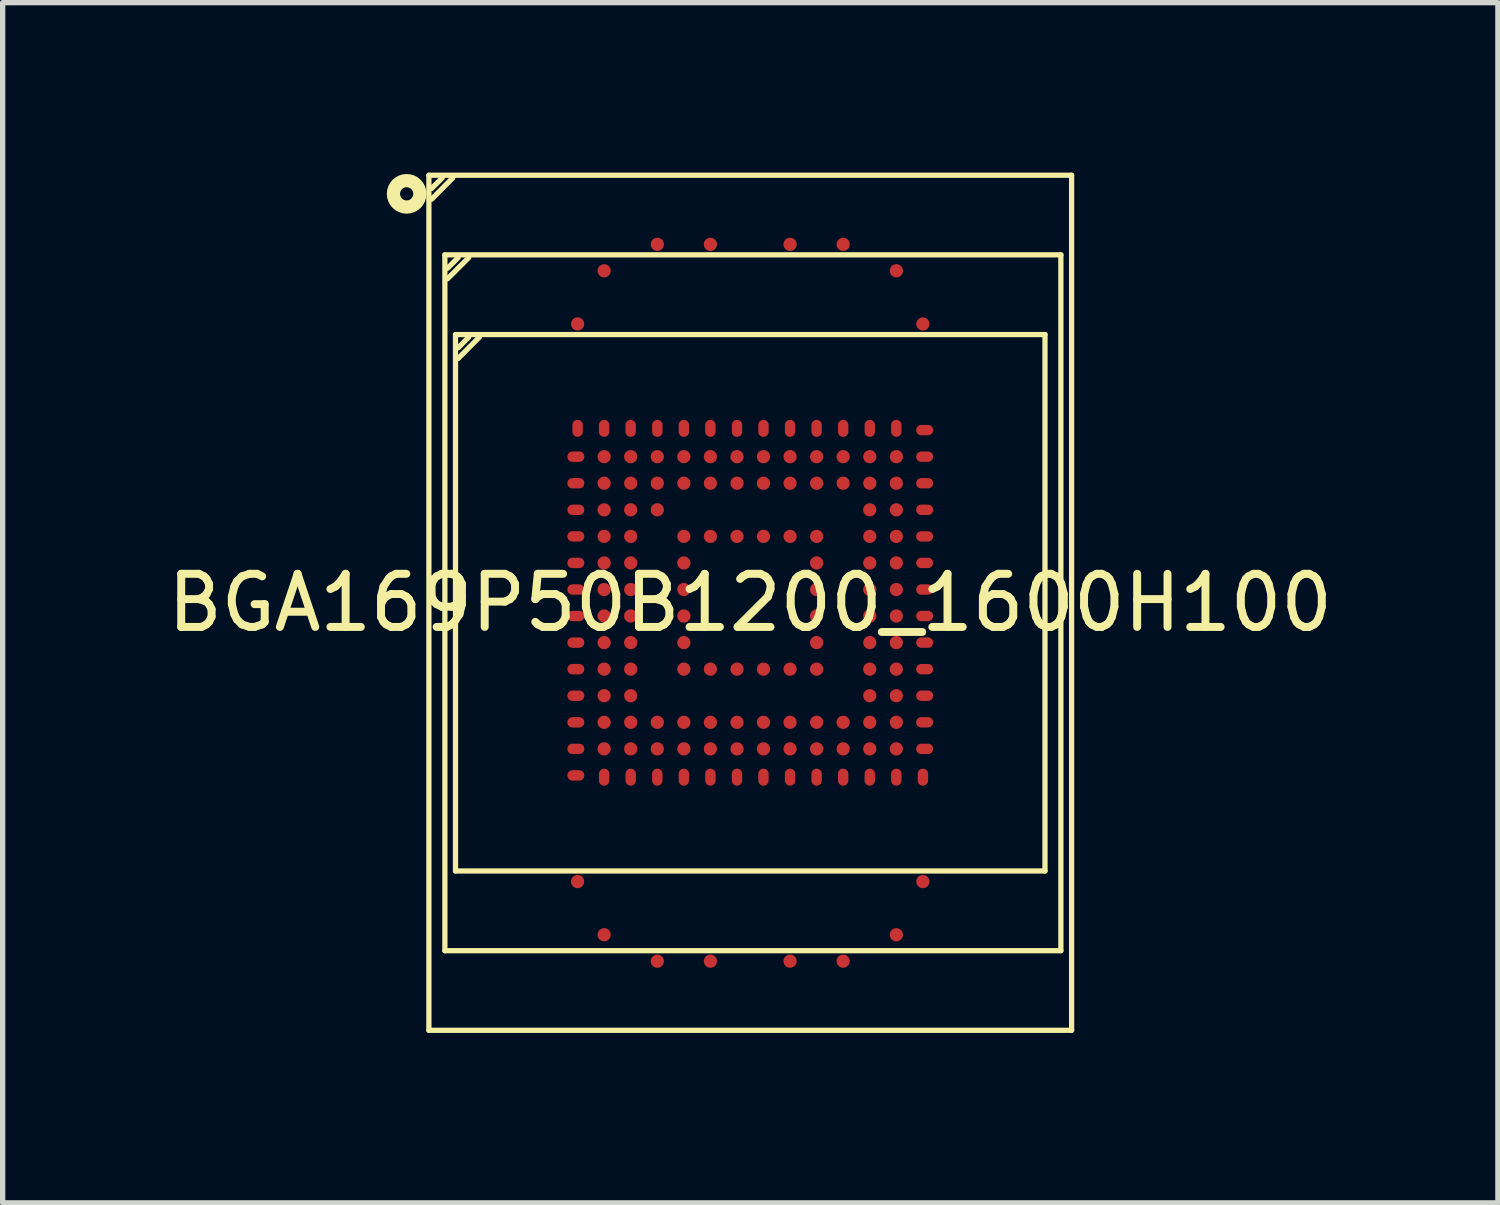
<source format=kicad_pcb>
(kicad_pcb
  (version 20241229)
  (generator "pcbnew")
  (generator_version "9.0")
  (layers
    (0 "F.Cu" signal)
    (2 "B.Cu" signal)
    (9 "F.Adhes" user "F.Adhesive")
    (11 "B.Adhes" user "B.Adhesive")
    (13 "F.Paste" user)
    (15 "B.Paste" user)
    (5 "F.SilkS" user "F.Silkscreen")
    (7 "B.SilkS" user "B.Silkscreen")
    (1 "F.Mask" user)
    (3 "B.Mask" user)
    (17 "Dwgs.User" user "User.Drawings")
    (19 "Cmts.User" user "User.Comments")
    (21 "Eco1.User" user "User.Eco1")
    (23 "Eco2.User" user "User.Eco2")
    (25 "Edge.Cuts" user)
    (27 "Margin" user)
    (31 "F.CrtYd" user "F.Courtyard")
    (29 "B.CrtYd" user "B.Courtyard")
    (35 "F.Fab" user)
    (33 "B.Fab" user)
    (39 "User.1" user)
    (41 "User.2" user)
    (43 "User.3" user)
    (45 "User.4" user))
  (footprint "BGA169P50B1200_1600H100"
    (layer "F.Cu")
    (at 11.077 8.3)
    (property "Reference" "BGA169P50B1200_1600H100" (at 0 0 0) (layer "F.SilkS") (effects (font (size 1 1) (thickness 0.15))))
    (fp_line (start -6.051 8.05) (end -6.051 -8.05) (stroke (width 0.099) (type default)) (layer "F.SilkS"))
    (fp_line (start -6 -7.801) (end -5.799 -8.001) (stroke (width 0.099) (type default)) (layer "F.SilkS"))
    (fp_line (start -6 -7.599) (end -5.601 -8.001) (stroke (width 0.099) (type default)) (layer "F.SilkS"))
    (fp_line (start -5.75 6.551) (end -5.75 -6.551) (stroke (width 0.099) (type default)) (layer "F.SilkS"))
    (fp_line (start -5.7 -6.299) (end -5.499 -6.5) (stroke (width 0.099) (type default)) (layer "F.SilkS"))
    (fp_line (start -5.7 -6.101) (end -5.301 -6.5) (stroke (width 0.099) (type default)) (layer "F.SilkS"))
    (fp_line (start -5.55 5.05) (end -5.55 -5.05) (stroke (width 0.099) (type default)) (layer "F.SilkS"))
    (fp_line (start -5.499 -4.801) (end -5.301 -5.002) (stroke (width 0.099) (type default)) (layer "F.SilkS"))
    (fp_line (start -5.499 -4.6) (end -5.101 -5.002) (stroke (width 0.099) (type default)) (layer "F.SilkS"))
    (fp_line (start 5.55 -5.05) (end -5.55 -5.05) (stroke (width 0.099) (type default)) (layer "F.SilkS"))
    (fp_line (start 5.55 5.05) (end -5.55 5.05) (stroke (width 0.099) (type default)) (layer "F.SilkS"))
    (fp_line (start 5.55 5.05) (end 5.55 -5.05) (stroke (width 0.099) (type default)) (layer "F.SilkS"))
    (fp_line (start 5.849 -6.551) (end -5.75 -6.551) (stroke (width 0.099) (type default)) (layer "F.SilkS"))
    (fp_line (start 5.849 6.551) (end -5.75 6.551) (stroke (width 0.099) (type default)) (layer "F.SilkS"))
    (fp_line (start 5.849 6.551) (end 5.849 -6.551) (stroke (width 0.099) (type default)) (layer "F.SilkS"))
    (fp_line (start 6.051 -8.05) (end -6.051 -8.05) (stroke (width 0.099) (type default)) (layer "F.SilkS"))
    (fp_line (start 6.051 8.05) (end -6.051 8.05) (stroke (width 0.099) (type default)) (layer "F.SilkS"))
    (fp_line (start 6.051 8.05) (end 6.051 -8.05) (stroke (width 0.099) (type default)) (layer "F.SilkS"))
    (fp_circle (center -6.47 -7.7) (end -6.221 -7.7) (stroke (width 0.249) (type default)) (fill no) (layer "F.SilkS"))
    (fp_line (start -6.251 8.25) (end -6.251 -8.25) (stroke (width 0.025) (type default)) (layer "User.1"))
    (fp_line (start 6.251 -8.25) (end -6.251 -8.25) (stroke (width 0.025) (type default)) (layer "User.1"))
    (fp_line (start 6.251 8.25) (end -6.251 8.25) (stroke (width 0.025) (type default)) (layer "User.1"))
    (fp_line (start 6.251 8.25) (end 6.251 -8.25) (stroke (width 0.025) (type default)) (layer "User.1"))
    (fp_poly (pts (xy -6.051 8.05) (xy -6.051 -8.05) (xy 6.051 -8.05) (xy 6.051 8.05)) (stroke (width 0.1) (type default)) (fill no) (layer "User.1"))
    (fp_poly (pts (xy -6.051 8.05) (xy -6.051 -8.05) (xy 6.051 -8.05) (xy 6.051 8.05)) (stroke (width 0.1) (type default)) (fill no) (layer "User.1"))
    (fp_poly (pts (xy -6.251 8.25) (xy -6.101 8.25) (xy -6.101 -8.1) (xy 6.101 -8.1) (xy 6.101 8.1) (xy -6.051 8.1) (xy -6.051 8.25) (xy 6.251 8.25) (xy 6.251 -8.25) (xy -6.251 -8.25)) (stroke (width 0.1) (type default)) (fill no) (layer "User.1"))
    (fp_poly (pts (xy -6.251 8.25) (xy -6.101 8.25) (xy -6.101 -8.1) (xy 6.101 -8.1) (xy 6.101 8.1) (xy -6.051 8.1) (xy -6.051 8.25) (xy 6.251 8.25) (xy 6.251 -8.25) (xy -6.251 -8.25)) (stroke (width 0.1) (type default)) (fill no) (layer "User.1"))
    (pad "A4" smd circle (at -1.75 -6.749 90) (size 0.249 0.249) (layers "F.Cu" "F.Mask" "F.Paste"))
    (pad "A6" smd circle (at -0.75 -6.749 90) (size 0.249 0.249) (layers "F.Cu" "F.Mask" "F.Paste"))
    (pad "A9" smd circle (at 0.75 -6.749 90) (size 0.249 0.249) (layers "F.Cu" "F.Mask" "F.Paste"))
    (pad "A11" smd circle (at 1.75 -6.749 90) (size 0.249 0.249) (layers "F.Cu" "F.Mask" "F.Paste"))
    (pad "AA1" smd oval (at -3.284 3.251 90) (size 0.196 0.32) (layers "F.Cu" "F.Mask" "F.Paste"))
    (pad "AA2" smd oval (at -2.751 3.284 90) (size 0.32 0.196) (layers "F.Cu" "F.Mask" "F.Paste"))
    (pad "AA3" smd oval (at -2.251 3.284 90) (size 0.32 0.196) (layers "F.Cu" "F.Mask" "F.Paste"))
    (pad "AA4" smd oval (at -1.75 3.284 90) (size 0.32 0.196) (layers "F.Cu" "F.Mask" "F.Paste"))
    (pad "AA5" smd oval (at -1.25 3.284 90) (size 0.32 0.196) (layers "F.Cu" "F.Mask" "F.Paste"))
    (pad "AA6" smd oval (at -0.75 3.284 90) (size 0.32 0.196) (layers "F.Cu" "F.Mask" "F.Paste"))
    (pad "AA7" smd oval (at -0.249 3.284 90) (size 0.32 0.196) (layers "F.Cu" "F.Mask" "F.Paste"))
    (pad "AA8" smd oval (at 0.249 3.284 90) (size 0.32 0.196) (layers "F.Cu" "F.Mask" "F.Paste"))
    (pad "AA9" smd oval (at 0.75 3.284 90) (size 0.32 0.196) (layers "F.Cu" "F.Mask" "F.Paste"))
    (pad "AA10" smd oval (at 1.25 3.284 90) (size 0.32 0.196) (layers "F.Cu" "F.Mask" "F.Paste"))
    (pad "AA11" smd oval (at 1.75 3.284 90) (size 0.32 0.196) (layers "F.Cu" "F.Mask" "F.Paste"))
    (pad "AA12" smd oval (at 2.251 3.284 90) (size 0.32 0.196) (layers "F.Cu" "F.Mask" "F.Paste"))
    (pad "AA13" smd oval (at 2.751 3.284 90) (size 0.32 0.196) (layers "F.Cu" "F.Mask" "F.Paste"))
    (pad "AA14" smd oval (at 3.251 3.284 90) (size 0.32 0.196) (layers "F.Cu" "F.Mask" "F.Paste"))
    (pad "AE1" smd circle (at -3.251 5.25 90) (size 0.249 0.249) (layers "F.Cu" "F.Mask" "F.Paste"))
    (pad "AE14" smd circle (at 3.251 5.25 90) (size 0.249 0.249) (layers "F.Cu" "F.Mask" "F.Paste"))
    (pad "AG2" smd circle (at -2.751 6.251 90) (size 0.249 0.249) (layers "F.Cu" "F.Mask" "F.Paste"))
    (pad "AG13" smd circle (at 2.751 6.251 90) (size 0.249 0.249) (layers "F.Cu" "F.Mask" "F.Paste"))
    (pad "AH4" smd circle (at -1.75 6.749 90) (size 0.249 0.249) (layers "F.Cu" "F.Mask" "F.Paste"))
    (pad "AH6" smd circle (at -0.75 6.749 90) (size 0.249 0.249) (layers "F.Cu" "F.Mask" "F.Paste"))
    (pad "AH9" smd circle (at 0.75 6.749 90) (size 0.249 0.249) (layers "F.Cu" "F.Mask" "F.Paste"))
    (pad "AH11" smd circle (at 1.75 6.749 90) (size 0.249 0.249) (layers "F.Cu" "F.Mask" "F.Paste"))
    (pad "B2" smd circle (at -2.751 -6.251 90) (size 0.249 0.249) (layers "F.Cu" "F.Mask" "F.Paste"))
    (pad "B13" smd circle (at 2.751 -6.251 90) (size 0.249 0.249) (layers "F.Cu" "F.Mask" "F.Paste"))
    (pad "D1" smd circle (at -3.251 -5.25 90) (size 0.249 0.249) (layers "F.Cu" "F.Mask" "F.Paste"))
    (pad "D14" smd circle (at 3.251 -5.25 90) (size 0.249 0.249) (layers "F.Cu" "F.Mask" "F.Paste"))
    (pad "H1" smd oval (at -3.251 -3.284 90) (size 0.32 0.196) (layers "F.Cu" "F.Mask" "F.Paste"))
    (pad "H2" smd oval (at -2.751 -3.284 90) (size 0.32 0.196) (layers "F.Cu" "F.Mask" "F.Paste"))
    (pad "H3" smd oval (at -2.251 -3.284 90) (size 0.32 0.196) (layers "F.Cu" "F.Mask" "F.Paste"))
    (pad "H4" smd oval (at -1.75 -3.284 90) (size 0.32 0.196) (layers "F.Cu" "F.Mask" "F.Paste"))
    (pad "H5" smd oval (at -1.25 -3.284 90) (size 0.32 0.196) (layers "F.Cu" "F.Mask" "F.Paste"))
    (pad "H6" smd oval (at -0.75 -3.284 90) (size 0.32 0.196) (layers "F.Cu" "F.Mask" "F.Paste"))
    (pad "H7" smd oval (at -0.249 -3.284 90) (size 0.32 0.196) (layers "F.Cu" "F.Mask" "F.Paste"))
    (pad "H8" smd oval (at 0.249 -3.284 90) (size 0.32 0.196) (layers "F.Cu" "F.Mask" "F.Paste"))
    (pad "H9" smd oval (at 0.75 -3.284 90) (size 0.32 0.196) (layers "F.Cu" "F.Mask" "F.Paste"))
    (pad "H10" smd oval (at 1.25 -3.284 90) (size 0.32 0.196) (layers "F.Cu" "F.Mask" "F.Paste"))
    (pad "H11" smd oval (at 1.75 -3.284 90) (size 0.32 0.196) (layers "F.Cu" "F.Mask" "F.Paste"))
    (pad "H12" smd oval (at 2.251 -3.284 90) (size 0.32 0.196) (layers "F.Cu" "F.Mask" "F.Paste"))
    (pad "H13" smd oval (at 2.751 -3.284 90) (size 0.32 0.196) (layers "F.Cu" "F.Mask" "F.Paste"))
    (pad "H14" smd oval (at 3.284 -3.251 90) (size 0.196 0.32) (layers "F.Cu" "F.Mask" "F.Paste"))
    (pad "J1" smd oval (at -3.284 -2.751 90) (size 0.196 0.32) (layers "F.Cu" "F.Mask" "F.Paste"))
    (pad "J2" smd circle (at -2.751 -2.751 90) (size 0.249 0.249) (layers "F.Cu" "F.Mask" "F.Paste"))
    (pad "J3" smd circle (at -2.251 -2.751 90) (size 0.249 0.249) (layers "F.Cu" "F.Mask" "F.Paste"))
    (pad "J4" smd circle (at -1.75 -2.751 90) (size 0.249 0.249) (layers "F.Cu" "F.Mask" "F.Paste"))
    (pad "J5" smd circle (at -1.25 -2.751 90) (size 0.249 0.249) (layers "F.Cu" "F.Mask" "F.Paste"))
    (pad "J6" smd circle (at -0.75 -2.751 90) (size 0.249 0.249) (layers "F.Cu" "F.Mask" "F.Paste"))
    (pad "J7" smd circle (at -0.249 -2.751 90) (size 0.249 0.249) (layers "F.Cu" "F.Mask" "F.Paste"))
    (pad "J8" smd circle (at 0.249 -2.751 90) (size 0.249 0.249) (layers "F.Cu" "F.Mask" "F.Paste"))
    (pad "J9" smd circle (at 0.75 -2.751 90) (size 0.249 0.249) (layers "F.Cu" "F.Mask" "F.Paste"))
    (pad "J10" smd circle (at 1.25 -2.751 90) (size 0.249 0.249) (layers "F.Cu" "F.Mask" "F.Paste"))
    (pad "J11" smd circle (at 1.75 -2.751 90) (size 0.249 0.249) (layers "F.Cu" "F.Mask" "F.Paste"))
    (pad "J12" smd circle (at 2.251 -2.751 90) (size 0.249 0.249) (layers "F.Cu" "F.Mask" "F.Paste"))
    (pad "J13" smd circle (at 2.751 -2.751 90) (size 0.249 0.249) (layers "F.Cu" "F.Mask" "F.Paste"))
    (pad "J14" smd oval (at 3.284 -2.751 90) (size 0.196 0.32) (layers "F.Cu" "F.Mask" "F.Paste"))
    (pad "K1" smd oval (at -3.284 -2.251 90) (size 0.196 0.32) (layers "F.Cu" "F.Mask" "F.Paste"))
    (pad "K2" smd circle (at -2.751 -2.251 90) (size 0.249 0.249) (layers "F.Cu" "F.Mask" "F.Paste"))
    (pad "K3" smd circle (at -2.251 -2.251 90) (size 0.249 0.249) (layers "F.Cu" "F.Mask" "F.Paste"))
    (pad "K4" smd circle (at -1.75 -2.251 90) (size 0.249 0.249) (layers "F.Cu" "F.Mask" "F.Paste"))
    (pad "K5" smd circle (at -1.25 -2.251 90) (size 0.249 0.249) (layers "F.Cu" "F.Mask" "F.Paste"))
    (pad "K6" smd circle (at -0.75 -2.251 90) (size 0.249 0.249) (layers "F.Cu" "F.Mask" "F.Paste"))
    (pad "K7" smd circle (at -0.249 -2.251 90) (size 0.249 0.249) (layers "F.Cu" "F.Mask" "F.Paste"))
    (pad "K8" smd circle (at 0.249 -2.251 90) (size 0.249 0.249) (layers "F.Cu" "F.Mask" "F.Paste"))
    (pad "K9" smd circle (at 0.75 -2.251 90) (size 0.249 0.249) (layers "F.Cu" "F.Mask" "F.Paste"))
    (pad "K10" smd circle (at 1.25 -2.251 90) (size 0.249 0.249) (layers "F.Cu" "F.Mask" "F.Paste"))
    (pad "K11" smd circle (at 1.75 -2.251 90) (size 0.249 0.249) (layers "F.Cu" "F.Mask" "F.Paste"))
    (pad "K12" smd circle (at 2.251 -2.251 90) (size 0.249 0.249) (layers "F.Cu" "F.Mask" "F.Paste"))
    (pad "K13" smd circle (at 2.751 -2.251 90) (size 0.249 0.249) (layers "F.Cu" "F.Mask" "F.Paste"))
    (pad "K14" smd oval (at 3.284 -2.251 90) (size 0.196 0.32) (layers "F.Cu" "F.Mask" "F.Paste"))
    (pad "L1" smd oval (at -3.284 -1.75 90) (size 0.196 0.32) (layers "F.Cu" "F.Mask" "F.Paste"))
    (pad "L2" smd circle (at -2.751 -1.75 90) (size 0.249 0.249) (layers "F.Cu" "F.Mask" "F.Paste"))
    (pad "L3" smd circle (at -2.251 -1.75 90) (size 0.249 0.249) (layers "F.Cu" "F.Mask" "F.Paste"))
    (pad "L4" smd circle (at -1.75 -1.75 90) (size 0.249 0.249) (layers "F.Cu" "F.Mask" "F.Paste"))
    (pad "L12" smd circle (at 2.251 -1.75 90) (size 0.249 0.249) (layers "F.Cu" "F.Mask" "F.Paste"))
    (pad "L13" smd circle (at 2.751 -1.75 90) (size 0.249 0.249) (layers "F.Cu" "F.Mask" "F.Paste"))
    (pad "L14" smd oval (at 3.284 -1.75 90) (size 0.196 0.32) (layers "F.Cu" "F.Mask" "F.Paste"))
    (pad "M1" smd oval (at -3.284 -1.25 90) (size 0.196 0.32) (layers "F.Cu" "F.Mask" "F.Paste"))
    (pad "M2" smd circle (at -2.751 -1.25 90) (size 0.249 0.249) (layers "F.Cu" "F.Mask" "F.Paste"))
    (pad "M3" smd circle (at -2.251 -1.25 90) (size 0.249 0.249) (layers "F.Cu" "F.Mask" "F.Paste"))
    (pad "M5" smd circle (at -1.25 -1.25 90) (size 0.249 0.249) (layers "F.Cu" "F.Mask" "F.Paste"))
    (pad "M6" smd circle (at -0.75 -1.25 90) (size 0.249 0.249) (layers "F.Cu" "F.Mask" "F.Paste"))
    (pad "M7" smd circle (at -0.249 -1.25 90) (size 0.249 0.249) (layers "F.Cu" "F.Mask" "F.Paste"))
    (pad "M8" smd circle (at 0.249 -1.25 90) (size 0.249 0.249) (layers "F.Cu" "F.Mask" "F.Paste"))
    (pad "M9" smd circle (at 0.75 -1.25 90) (size 0.249 0.249) (layers "F.Cu" "F.Mask" "F.Paste"))
    (pad "M10" smd circle (at 1.25 -1.25 90) (size 0.249 0.249) (layers "F.Cu" "F.Mask" "F.Paste"))
    (pad "M12" smd circle (at 2.251 -1.25 90) (size 0.249 0.249) (layers "F.Cu" "F.Mask" "F.Paste"))
    (pad "M13" smd circle (at 2.751 -1.25 90) (size 0.249 0.249) (layers "F.Cu" "F.Mask" "F.Paste"))
    (pad "M14" smd oval (at 3.284 -1.25 90) (size 0.196 0.32) (layers "F.Cu" "F.Mask" "F.Paste"))
    (pad "N1" smd oval (at -3.284 -0.75 90) (size 0.196 0.32) (layers "F.Cu" "F.Mask" "F.Paste"))
    (pad "N2" smd circle (at -2.751 -0.75 90) (size 0.249 0.249) (layers "F.Cu" "F.Mask" "F.Paste"))
    (pad "N3" smd circle (at -2.251 -0.75 90) (size 0.249 0.249) (layers "F.Cu" "F.Mask" "F.Paste"))
    (pad "N5" smd circle (at -1.25 -0.75 90) (size 0.249 0.249) (layers "F.Cu" "F.Mask" "F.Paste"))
    (pad "N10" smd circle (at 1.25 -0.75 90) (size 0.249 0.249) (layers "F.Cu" "F.Mask" "F.Paste"))
    (pad "N12" smd circle (at 2.251 -0.75 90) (size 0.249 0.249) (layers "F.Cu" "F.Mask" "F.Paste"))
    (pad "N13" smd circle (at 2.751 -0.75 90) (size 0.249 0.249) (layers "F.Cu" "F.Mask" "F.Paste"))
    (pad "N14" smd oval (at 3.284 -0.75 90) (size 0.196 0.32) (layers "F.Cu" "F.Mask" "F.Paste"))
    (pad "P1" smd oval (at -3.284 -0.249 90) (size 0.196 0.32) (layers "F.Cu" "F.Mask" "F.Paste"))
    (pad "P2" smd circle (at -2.751 -0.249 90) (size 0.249 0.249) (layers "F.Cu" "F.Mask" "F.Paste"))
    (pad "P3" smd circle (at -2.251 -0.249 90) (size 0.249 0.249) (layers "F.Cu" "F.Mask" "F.Paste"))
    (pad "P5" smd circle (at -1.25 -0.249 90) (size 0.249 0.249) (layers "F.Cu" "F.Mask" "F.Paste"))
    (pad "P10" smd circle (at 1.25 -0.249 90) (size 0.249 0.249) (layers "F.Cu" "F.Mask" "F.Paste"))
    (pad "P12" smd circle (at 2.251 -0.249 90) (size 0.249 0.249) (layers "F.Cu" "F.Mask" "F.Paste"))
    (pad "P13" smd circle (at 2.751 -0.249 90) (size 0.249 0.249) (layers "F.Cu" "F.Mask" "F.Paste"))
    (pad "P14" smd oval (at 3.284 -0.249 90) (size 0.196 0.32) (layers "F.Cu" "F.Mask" "F.Paste"))
    (pad "R1" smd oval (at -3.284 0.249 90) (size 0.196 0.32) (layers "F.Cu" "F.Mask" "F.Paste"))
    (pad "R2" smd circle (at -2.751 0.249 90) (size 0.249 0.249) (layers "F.Cu" "F.Mask" "F.Paste"))
    (pad "R3" smd circle (at -2.251 0.249 90) (size 0.249 0.249) (layers "F.Cu" "F.Mask" "F.Paste"))
    (pad "R5" smd circle (at -1.25 0.249 90) (size 0.249 0.249) (layers "F.Cu" "F.Mask" "F.Paste"))
    (pad "R10" smd circle (at 1.25 0.249 90) (size 0.249 0.249) (layers "F.Cu" "F.Mask" "F.Paste"))
    (pad "R12" smd circle (at 2.251 0.249 90) (size 0.249 0.249) (layers "F.Cu" "F.Mask" "F.Paste"))
    (pad "R13" smd circle (at 2.751 0.249 90) (size 0.249 0.249) (layers "F.Cu" "F.Mask" "F.Paste"))
    (pad "R14" smd oval (at 3.284 0.249 90) (size 0.196 0.32) (layers "F.Cu" "F.Mask" "F.Paste"))
    (pad "T1" smd oval (at -3.284 0.75 90) (size 0.196 0.32) (layers "F.Cu" "F.Mask" "F.Paste"))
    (pad "T2" smd circle (at -2.751 0.75 90) (size 0.249 0.249) (layers "F.Cu" "F.Mask" "F.Paste"))
    (pad "T3" smd circle (at -2.251 0.75 90) (size 0.249 0.249) (layers "F.Cu" "F.Mask" "F.Paste"))
    (pad "T5" smd circle (at -1.25 0.75 90) (size 0.249 0.249) (layers "F.Cu" "F.Mask" "F.Paste"))
    (pad "T10" smd circle (at 1.25 0.75 90) (size 0.249 0.249) (layers "F.Cu" "F.Mask" "F.Paste"))
    (pad "T12" smd circle (at 2.251 0.75 90) (size 0.249 0.249) (layers "F.Cu" "F.Mask" "F.Paste"))
    (pad "T13" smd circle (at 2.751 0.75 90) (size 0.249 0.249) (layers "F.Cu" "F.Mask" "F.Paste"))
    (pad "T14" smd oval (at 3.284 0.75 90) (size 0.196 0.32) (layers "F.Cu" "F.Mask" "F.Paste"))
    (pad "U1" smd oval (at -3.284 1.25 90) (size 0.196 0.32) (layers "F.Cu" "F.Mask" "F.Paste"))
    (pad "U2" smd circle (at -2.751 1.25 90) (size 0.249 0.249) (layers "F.Cu" "F.Mask" "F.Paste"))
    (pad "U3" smd circle (at -2.251 1.25 90) (size 0.249 0.249) (layers "F.Cu" "F.Mask" "F.Paste"))
    (pad "U5" smd circle (at -1.25 1.25 90) (size 0.249 0.249) (layers "F.Cu" "F.Mask" "F.Paste"))
    (pad "U6" smd circle (at -0.75 1.25 90) (size 0.249 0.249) (layers "F.Cu" "F.Mask" "F.Paste"))
    (pad "U7" smd circle (at -0.249 1.25 90) (size 0.249 0.249) (layers "F.Cu" "F.Mask" "F.Paste"))
    (pad "U8" smd circle (at 0.249 1.25 90) (size 0.249 0.249) (layers "F.Cu" "F.Mask" "F.Paste"))
    (pad "U9" smd circle (at 0.75 1.25 90) (size 0.249 0.249) (layers "F.Cu" "F.Mask" "F.Paste"))
    (pad "U10" smd circle (at 1.25 1.25 90) (size 0.249 0.249) (layers "F.Cu" "F.Mask" "F.Paste"))
    (pad "U12" smd circle (at 2.251 1.25 90) (size 0.249 0.249) (layers "F.Cu" "F.Mask" "F.Paste"))
    (pad "U13" smd circle (at 2.751 1.25 90) (size 0.249 0.249) (layers "F.Cu" "F.Mask" "F.Paste"))
    (pad "U14" smd oval (at 3.284 1.25 90) (size 0.196 0.32) (layers "F.Cu" "F.Mask" "F.Paste"))
    (pad "V1" smd oval (at -3.284 1.75 90) (size 0.196 0.32) (layers "F.Cu" "F.Mask" "F.Paste"))
    (pad "V2" smd circle (at -2.751 1.75 90) (size 0.249 0.249) (layers "F.Cu" "F.Mask" "F.Paste"))
    (pad "V3" smd circle (at -2.251 1.75 90) (size 0.249 0.249) (layers "F.Cu" "F.Mask" "F.Paste"))
    (pad "V12" smd circle (at 2.251 1.75 90) (size 0.249 0.249) (layers "F.Cu" "F.Mask" "F.Paste"))
    (pad "V13" smd circle (at 2.751 1.75 90) (size 0.249 0.249) (layers "F.Cu" "F.Mask" "F.Paste"))
    (pad "V14" smd oval (at 3.284 1.75 90) (size 0.196 0.32) (layers "F.Cu" "F.Mask" "F.Paste"))
    (pad "W1" smd oval (at -3.284 2.251 90) (size 0.196 0.32) (layers "F.Cu" "F.Mask" "F.Paste"))
    (pad "W2" smd circle (at -2.751 2.251 90) (size 0.249 0.249) (layers "F.Cu" "F.Mask" "F.Paste"))
    (pad "W3" smd circle (at -2.251 2.251 90) (size 0.249 0.249) (layers "F.Cu" "F.Mask" "F.Paste"))
    (pad "W4" smd circle (at -1.75 2.251 90) (size 0.249 0.249) (layers "F.Cu" "F.Mask" "F.Paste"))
    (pad "W5" smd circle (at -1.25 2.251 90) (size 0.249 0.249) (layers "F.Cu" "F.Mask" "F.Paste"))
    (pad "W6" smd circle (at -0.75 2.251 90) (size 0.249 0.249) (layers "F.Cu" "F.Mask" "F.Paste"))
    (pad "W7" smd circle (at -0.249 2.251 90) (size 0.249 0.249) (layers "F.Cu" "F.Mask" "F.Paste"))
    (pad "W8" smd circle (at 0.249 2.251 90) (size 0.249 0.249) (layers "F.Cu" "F.Mask" "F.Paste"))
    (pad "W9" smd circle (at 0.75 2.251 90) (size 0.249 0.249) (layers "F.Cu" "F.Mask" "F.Paste"))
    (pad "W10" smd circle (at 1.25 2.251 90) (size 0.249 0.249) (layers "F.Cu" "F.Mask" "F.Paste"))
    (pad "W11" smd circle (at 1.75 2.251 90) (size 0.249 0.249) (layers "F.Cu" "F.Mask" "F.Paste"))
    (pad "W12" smd circle (at 2.251 2.251 90) (size 0.249 0.249) (layers "F.Cu" "F.Mask" "F.Paste"))
    (pad "W13" smd circle (at 2.751 2.251 90) (size 0.249 0.249) (layers "F.Cu" "F.Mask" "F.Paste"))
    (pad "W14" smd oval (at 3.284 2.251 90) (size 0.196 0.32) (layers "F.Cu" "F.Mask" "F.Paste"))
    (pad "Y1" smd oval (at -3.284 2.751 90) (size 0.196 0.32) (layers "F.Cu" "F.Mask" "F.Paste"))
    (pad "Y2" smd circle (at -2.751 2.751 90) (size 0.249 0.249) (layers "F.Cu" "F.Mask" "F.Paste"))
    (pad "Y3" smd circle (at -2.251 2.751 90) (size 0.249 0.249) (layers "F.Cu" "F.Mask" "F.Paste"))
    (pad "Y4" smd circle (at -1.75 2.751 90) (size 0.249 0.249) (layers "F.Cu" "F.Mask" "F.Paste"))
    (pad "Y5" smd circle (at -1.25 2.751 90) (size 0.249 0.249) (layers "F.Cu" "F.Mask" "F.Paste"))
    (pad "Y6" smd circle (at -0.75 2.751 90) (size 0.249 0.249) (layers "F.Cu" "F.Mask" "F.Paste"))
    (pad "Y7" smd circle (at -0.249 2.751 90) (size 0.249 0.249) (layers "F.Cu" "F.Mask" "F.Paste"))
    (pad "Y8" smd circle (at 0.249 2.751 90) (size 0.249 0.249) (layers "F.Cu" "F.Mask" "F.Paste"))
    (pad "Y9" smd circle (at 0.75 2.751 90) (size 0.249 0.249) (layers "F.Cu" "F.Mask" "F.Paste"))
    (pad "Y10" smd circle (at 1.25 2.751 90) (size 0.249 0.249) (layers "F.Cu" "F.Mask" "F.Paste"))
    (pad "Y11" smd circle (at 1.75 2.751 90) (size 0.249 0.249) (layers "F.Cu" "F.Mask" "F.Paste"))
    (pad "Y12" smd circle (at 2.251 2.751 90) (size 0.249 0.249) (layers "F.Cu" "F.Mask" "F.Paste"))
    (pad "Y13" smd circle (at 2.751 2.751 90) (size 0.249 0.249) (layers "F.Cu" "F.Mask" "F.Paste"))
    (pad "Y14" smd oval (at 3.284 2.751 90) (size 0.196 0.32) (layers "F.Cu" "F.Mask" "F.Paste")))
  (gr_rect
    (start -3 -3)
    (end 25.155 19.6)
    (stroke (width 0.1) (type default))
    (fill no)
    (layer "Edge.Cuts")))
</source>
